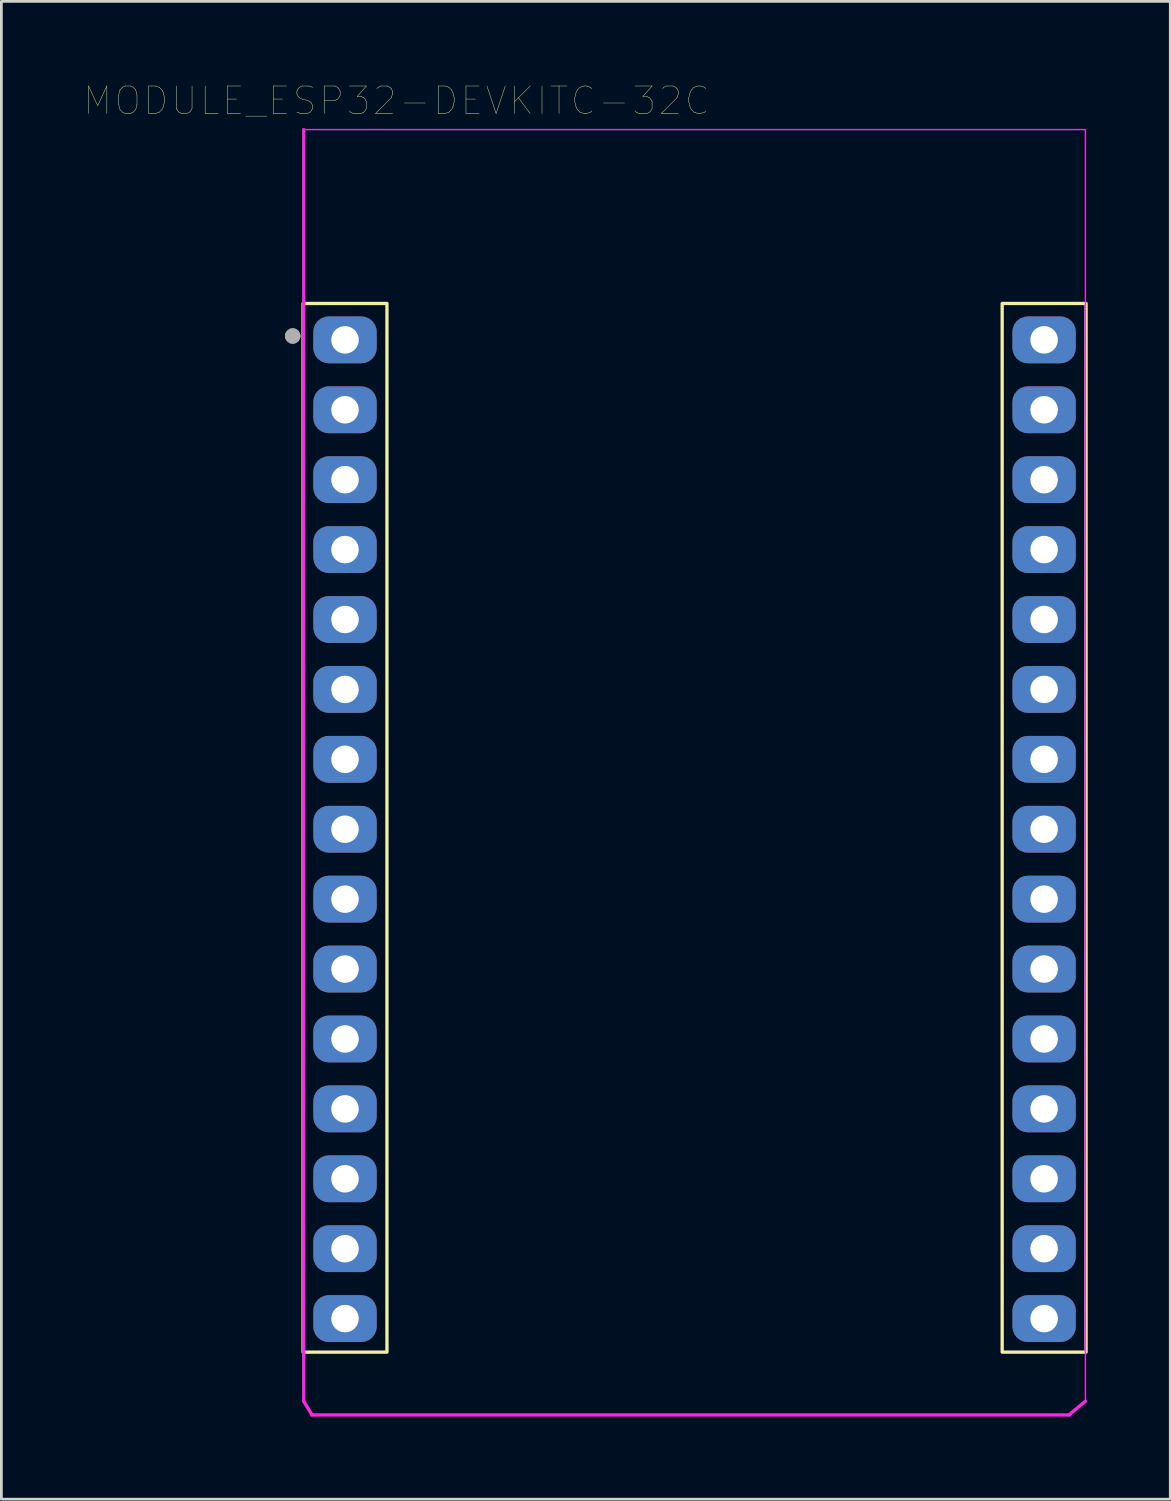
<source format=kicad_pcb>
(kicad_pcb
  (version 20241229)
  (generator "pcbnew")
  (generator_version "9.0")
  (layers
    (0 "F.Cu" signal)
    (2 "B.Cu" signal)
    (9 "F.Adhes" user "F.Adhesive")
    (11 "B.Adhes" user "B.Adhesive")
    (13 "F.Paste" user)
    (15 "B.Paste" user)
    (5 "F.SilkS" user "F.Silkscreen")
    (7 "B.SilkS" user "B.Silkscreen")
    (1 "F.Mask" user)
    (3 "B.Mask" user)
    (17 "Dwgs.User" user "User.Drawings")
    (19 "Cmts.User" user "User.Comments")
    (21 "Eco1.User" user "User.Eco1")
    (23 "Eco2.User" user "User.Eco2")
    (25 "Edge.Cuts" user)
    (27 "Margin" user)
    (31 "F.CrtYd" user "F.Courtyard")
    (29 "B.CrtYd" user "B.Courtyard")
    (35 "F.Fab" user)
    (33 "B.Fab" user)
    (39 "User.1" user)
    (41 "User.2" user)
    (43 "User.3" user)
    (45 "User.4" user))
  (footprint "MODULE_ESP32-DEVKITC-32C"
    (layer "F.Cu")
    (at 22.185 29.058)
    (property "Reference" "MODULE_ESP32-DEVKITC-32C" (at -10.829 -28.446 0) (layer "F.SilkS") (effects (font (size 1 1) (thickness 0.015))))
    (attr through_hole)
    (fp_rect (start -11.176 17.018) (end -14.224 -21.082) (stroke (width 0.12) (type solid)) (fill no) (layer "F.SilkS"))
    (fp_rect (start 14.224 -21.082) (end 11.176 17.018) (stroke (width 0.12) (type solid)) (fill no) (layer "F.SilkS"))
    (fp_line (start -14.2 -27.4) (end -14.2 18.8) (stroke (width 0.12) (type solid)) (layer "F.CrtYd"))
    (fp_line (start -14.2 -27.4) (end 14.2 -27.4) (stroke (width 0.05) (type solid)) (layer "F.CrtYd"))
    (fp_line (start -14.2 18.8) (end -13.9 19.3) (stroke (width 0.12) (type solid)) (layer "F.CrtYd"))
    (fp_line (start -13.9 19.3) (end 13.6 19.3) (stroke (width 0.12) (type solid)) (layer "F.CrtYd"))
    (fp_line (start 13.6 19.3) (end 14.2 18.8) (stroke (width 0.12) (type solid)) (layer "F.CrtYd"))
    (fp_line (start 14.2 18.8) (end 14.2 -27.4) (stroke (width 0.05) (type solid)) (layer "F.CrtYd"))
    (fp_circle (center -14.6 -19.9) (end -14.46 -19.9) (stroke (width 0.28) (type solid)) (fill no) (layer "F.Fab"))
    (fp_circle (center -14.6 -19.9) (end -14.46 -19.9) (stroke (width 0.28) (type solid)) (fill no) (layer "F.Fab"))
    (pad "1" thru_hole roundrect (at -12.7 -19.76) (size 2.3 1.7) (drill 1) (layers "*.Cu" "*.Mask") (roundrect_rratio 0.328))
    (pad "2" thru_hole roundrect (at -12.7 -17.22) (size 2.3 1.7) (drill 1) (layers "*.Cu" "*.Mask") (roundrect_rratio 0.328))
    (pad "3" thru_hole roundrect (at -12.7 -14.68) (size 2.3 1.7) (drill 1) (layers "*.Cu" "*.Mask") (roundrect_rratio 0.328))
    (pad "4" thru_hole roundrect (at -12.7 -12.14) (size 2.3 1.7) (drill 1) (layers "*.Cu" "*.Mask") (roundrect_rratio 0.328))
    (pad "5" thru_hole roundrect (at -12.7 -9.6) (size 2.3 1.7) (drill 1) (layers "*.Cu" "*.Mask") (roundrect_rratio 0.328))
    (pad "6" thru_hole roundrect (at -12.7 -7.06) (size 2.3 1.7) (drill 1) (layers "*.Cu" "*.Mask") (roundrect_rratio 0.328))
    (pad "7" thru_hole roundrect (at -12.7 -4.52) (size 2.3 1.7) (drill 1) (layers "*.Cu" "*.Mask") (roundrect_rratio 0.328))
    (pad "8" thru_hole roundrect (at -12.7 -1.98) (size 2.3 1.7) (drill 1) (layers "*.Cu" "*.Mask") (roundrect_rratio 0.328))
    (pad "9" thru_hole roundrect (at -12.7 0.56) (size 2.3 1.7) (drill 1) (layers "*.Cu" "*.Mask") (roundrect_rratio 0.328))
    (pad "10" thru_hole roundrect (at -12.7 3.1) (size 2.3 1.7) (drill 1) (layers "*.Cu" "*.Mask") (roundrect_rratio 0.328))
    (pad "11" thru_hole roundrect (at -12.7 5.64) (size 2.3 1.7) (drill 1) (layers "*.Cu" "*.Mask") (roundrect_rratio 0.328))
    (pad "12" thru_hole roundrect (at -12.7 8.18) (size 2.3 1.7) (drill 1) (layers "*.Cu" "*.Mask") (roundrect_rratio 0.328))
    (pad "13" thru_hole roundrect (at -12.7 10.72) (size 2.3 1.7) (drill 1) (layers "*.Cu" "*.Mask") (roundrect_rratio 0.328))
    (pad "14" thru_hole roundrect (at -12.7 13.26) (size 2.3 1.7) (drill 1) (layers "*.Cu" "*.Mask") (roundrect_rratio 0.328))
    (pad "15" thru_hole roundrect (at -12.7 15.8) (size 2.3 1.7) (drill 1) (layers "*.Cu" "*.Mask") (roundrect_rratio 0.328))
    (pad "16" thru_hole roundrect (at 12.7 15.8) (size 2.3 1.7) (drill 1) (layers "*.Cu" "*.Mask") (roundrect_rratio 0.328))
    (pad "17" thru_hole roundrect (at 12.7 13.26) (size 2.3 1.7) (drill 1) (layers "*.Cu" "*.Mask") (roundrect_rratio 0.328))
    (pad "18" thru_hole roundrect (at 12.7 10.72) (size 2.3 1.7) (drill 1) (layers "*.Cu" "*.Mask") (roundrect_rratio 0.328))
    (pad "19" thru_hole roundrect (at 12.7 8.18) (size 2.3 1.7) (drill 1) (layers "*.Cu" "*.Mask") (roundrect_rratio 0.328))
    (pad "20" thru_hole roundrect (at 12.7 5.64) (size 2.3 1.7) (drill 1) (layers "*.Cu" "*.Mask") (roundrect_rratio 0.328))
    (pad "21" thru_hole roundrect (at 12.7 3.1) (size 2.3 1.7) (drill 1) (layers "*.Cu" "*.Mask") (roundrect_rratio 0.328))
    (pad "22" thru_hole roundrect (at 12.7 0.56) (size 2.3 1.7) (drill 1) (layers "*.Cu" "*.Mask") (roundrect_rratio 0.328))
    (pad "23" thru_hole roundrect (at 12.7 -1.98) (size 2.3 1.7) (drill 1) (layers "*.Cu" "*.Mask") (roundrect_rratio 0.328))
    (pad "24" thru_hole roundrect (at 12.7 -4.52) (size 2.3 1.7) (drill 1) (layers "*.Cu" "*.Mask") (roundrect_rratio 0.328))
    (pad "25" thru_hole roundrect (at 12.7 -7.06) (size 2.3 1.7) (drill 1) (layers "*.Cu" "*.Mask") (roundrect_rratio 0.328))
    (pad "26" thru_hole roundrect (at 12.7 -9.6) (size 2.3 1.7) (drill 1) (layers "*.Cu" "*.Mask") (roundrect_rratio 0.328))
    (pad "27" thru_hole roundrect (at 12.7 -12.14) (size 2.3 1.7) (drill 1) (layers "*.Cu" "*.Mask") (roundrect_rratio 0.328))
    (pad "28" thru_hole roundrect (at 12.7 -14.68) (size 2.3 1.7) (drill 1) (layers "*.Cu" "*.Mask") (roundrect_rratio 0.328))
    (pad "29" thru_hole roundrect (at 12.7 -17.22) (size 2.3 1.7) (drill 1) (layers "*.Cu" "*.Mask") (roundrect_rratio 0.328))
    (pad "30" thru_hole roundrect (at 12.7 -19.76) (size 2.3 1.7) (drill 1) (layers "*.Cu" "*.Mask") (roundrect_rratio 0.328)))
  (gr_rect
    (start -3 -3)
    (end 39.469 51.418)
    (stroke (width 0.1) (type default))
    (fill no)
    (layer "Edge.Cuts")))
</source>
